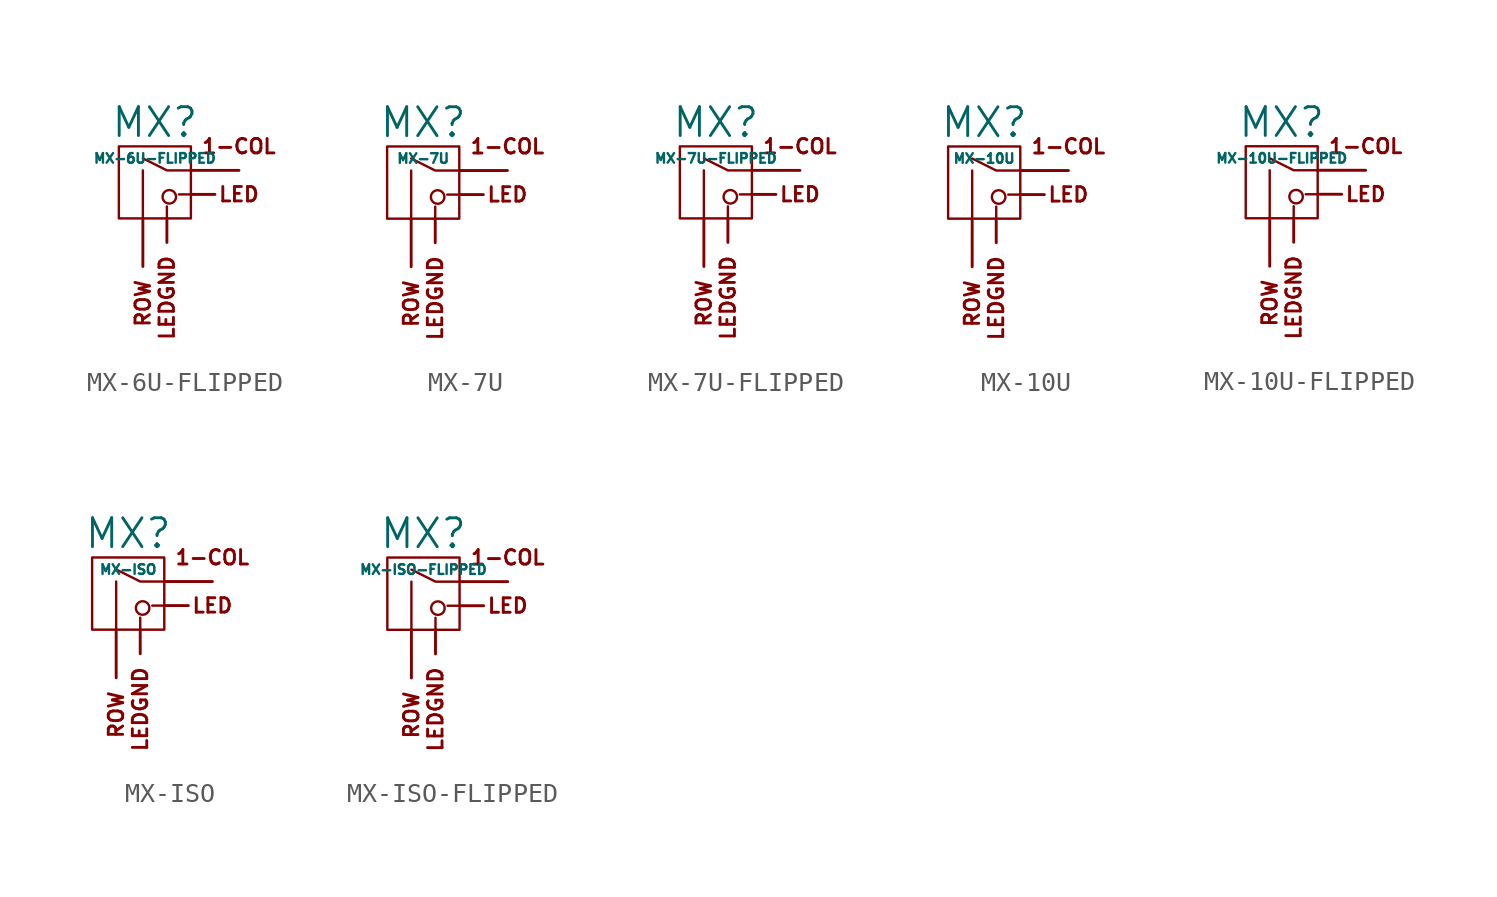
<source format=kicad_sym>
(kicad_symbol_lib
  (version 20211014)
  (generator kicad_symbol_editor)
  (symbol "MX-6U-FLIPPED"
    (pin_names
      (offset 1.016))
    (property "Reference" "MX"
      (at 0 3.175 0)
      (effects (font (size 1.524 1.524))))
    (property "Value" "MX-6U-FLIPPED"
      (at 0 1.27 0)
      (effects (font (size 0.508 0.508))))
    (symbol "MX-6U-FLIPPED_0_0"
      (polyline (pts (xy -0.635 -1.905) (xy -0.635 0.635)) (stroke (width 0.127) (type default) (color 0 0 0 0)) (fill (type none)))
      (polyline (pts (xy 0.635 -1.905) (xy 0.635 -1.27)) (stroke (width 0.127) (type default) (color 0 0 0 0)) (fill (type none)))
      (polyline (pts (xy 1.905 -0.635) (xy 1.27 -0.635)) (stroke (width 0.127) (type default) (color 0 0 0 0)) (fill (type none)))
      (polyline (pts (xy 1.905 0.635) (xy 0.635 0.635) (xy -0.635 1.27)) (stroke (width 0.127) (type default) (color 0 0 0 0)) (fill (type none)))
      (circle (center 0.762 -0.762) (radius 0.356) (stroke (width 0.127) (type default) (color 0 0 0 0)) (fill (type none)))
      (rectangle (start 1.905 -1.905) (end -1.905 1.905) (stroke (width 0.127) (type default) (color 0 0 0 0)) (fill (type none)))
      (text "1-COL" (at 4.445 1.905 0) (effects (font (size 0.762 0.762))))
      (text "LED" (at 4.445 -0.635 0) (effects (font (size 0.762 0.762))))
      (text "ROW" (at -0.635 -5.08 900) (effects (font (size 0.762 0.762)) (justify right))))
    (symbol "MX-6U-FLIPPED_1_0"
      (text "LEDGND" (at 0.635 -3.81 900) (effects (font (size 0.762 0.762)) (justify right))))
    (symbol "MX-6U-FLIPPED_1_1"
      (pin passive line (at -0.635 -4.445 90) (length 2.54) (name "ROW" (effects (font (size 0 0)))) (number "1" (effects (font (size 0 0)))))
      (pin passive line (at 4.445 0.635 180) (length 2.54) (name "COL" (effects (font (size 0 0)))) (number "2" (effects (font (size 0 0)))))
      (pin passive line (at 3.175 -0.635 180) (length 1.27) (name "LED" (effects (font (size 0 0)))) (number "3" (effects (font (size 0 0)))))
      (pin passive line (at 0.635 -3.175 90) (length 1.27) (name "LEDGND" (effects (font (size 0 0)))) (number "4" (effects (font (size 0 0)))))))
  (symbol "MX-7U"
    (pin_names
      (offset 1.016))
    (property "Reference" "MX"
      (at 0 3.175 0)
      (effects (font (size 1.524 1.524))))
    (property "Value" "MX-7U"
      (at 0 1.27 0)
      (effects (font (size 0.508 0.508))))
    (symbol "MX-7U_0_0"
      (polyline (pts (xy -0.635 -1.905) (xy -0.635 0.635)) (stroke (width 0.127) (type default) (color 0 0 0 0)) (fill (type none)))
      (polyline (pts (xy 0.635 -1.905) (xy 0.635 -1.27)) (stroke (width 0.127) (type default) (color 0 0 0 0)) (fill (type none)))
      (polyline (pts (xy 1.905 -0.635) (xy 1.27 -0.635)) (stroke (width 0.127) (type default) (color 0 0 0 0)) (fill (type none)))
      (polyline (pts (xy 1.905 0.635) (xy 0.635 0.635) (xy -0.635 1.27)) (stroke (width 0.127) (type default) (color 0 0 0 0)) (fill (type none)))
      (circle (center 0.762 -0.762) (radius 0.356) (stroke (width 0.127) (type default) (color 0 0 0 0)) (fill (type none)))
      (rectangle (start 1.905 -1.905) (end -1.905 1.905) (stroke (width 0.127) (type default) (color 0 0 0 0)) (fill (type none)))
      (text "1-COL" (at 4.445 1.905 0) (effects (font (size 0.762 0.762))))
      (text "LED" (at 4.445 -0.635 0) (effects (font (size 0.762 0.762))))
      (text "ROW" (at -0.635 -5.08 900) (effects (font (size 0.762 0.762)) (justify right))))
    (symbol "MX-7U_1_0"
      (text "LEDGND" (at 0.635 -3.81 900) (effects (font (size 0.762 0.762)) (justify right))))
    (symbol "MX-7U_1_1"
      (pin passive line (at 4.445 0.635 180) (length 2.54) (name "COL" (effects (font (size 0 0)))) (number "1" (effects (font (size 0 0)))))
      (pin passive line (at -0.635 -4.445 90) (length 2.54) (name "ROW" (effects (font (size 0 0)))) (number "2" (effects (font (size 0 0)))))
      (pin passive line (at 3.175 -0.635 180) (length 1.27) (name "LED" (effects (font (size 0 0)))) (number "3" (effects (font (size 0 0)))))
      (pin passive line (at 0.635 -3.175 90) (length 1.27) (name "LEDGND" (effects (font (size 0 0)))) (number "4" (effects (font (size 0 0)))))))
  (symbol "MX-7U-FLIPPED"
    (pin_names
      (offset 1.016))
    (property "Reference" "MX"
      (at 0 3.175 0)
      (effects (font (size 1.524 1.524))))
    (property "Value" "MX-7U-FLIPPED"
      (at 0 1.27 0)
      (effects (font (size 0.508 0.508))))
    (symbol "MX-7U-FLIPPED_0_0"
      (polyline (pts (xy -0.635 -1.905) (xy -0.635 0.635)) (stroke (width 0.127) (type default) (color 0 0 0 0)) (fill (type none)))
      (polyline (pts (xy 0.635 -1.905) (xy 0.635 -1.27)) (stroke (width 0.127) (type default) (color 0 0 0 0)) (fill (type none)))
      (polyline (pts (xy 1.905 -0.635) (xy 1.27 -0.635)) (stroke (width 0.127) (type default) (color 0 0 0 0)) (fill (type none)))
      (polyline (pts (xy 1.905 0.635) (xy 0.635 0.635) (xy -0.635 1.27)) (stroke (width 0.127) (type default) (color 0 0 0 0)) (fill (type none)))
      (circle (center 0.762 -0.762) (radius 0.356) (stroke (width 0.127) (type default) (color 0 0 0 0)) (fill (type none)))
      (rectangle (start 1.905 -1.905) (end -1.905 1.905) (stroke (width 0.127) (type default) (color 0 0 0 0)) (fill (type none)))
      (text "1-COL" (at 4.445 1.905 0) (effects (font (size 0.762 0.762))))
      (text "LED" (at 4.445 -0.635 0) (effects (font (size 0.762 0.762))))
      (text "ROW" (at -0.635 -5.08 900) (effects (font (size 0.762 0.762)) (justify right))))
    (symbol "MX-7U-FLIPPED_1_0"
      (text "LEDGND" (at 0.635 -3.81 900) (effects (font (size 0.762 0.762)) (justify right))))
    (symbol "MX-7U-FLIPPED_1_1"
      (pin passive line (at -0.635 -4.445 90) (length 2.54) (name "ROW" (effects (font (size 0 0)))) (number "1" (effects (font (size 0 0)))))
      (pin passive line (at 4.445 0.635 180) (length 2.54) (name "COL" (effects (font (size 0 0)))) (number "2" (effects (font (size 0 0)))))
      (pin passive line (at 3.175 -0.635 180) (length 1.27) (name "LED" (effects (font (size 0 0)))) (number "3" (effects (font (size 0 0)))))
      (pin passive line (at 0.635 -3.175 90) (length 1.27) (name "LEDGND" (effects (font (size 0 0)))) (number "4" (effects (font (size 0 0)))))))
  (symbol "MX-10U"
    (pin_names
      (offset 1.016))
    (property "Reference" "MX"
      (at 0 3.175 0)
      (effects (font (size 1.524 1.524))))
    (property "Value" "MX-10U"
      (at 0 1.27 0)
      (effects (font (size 0.508 0.508))))
    (symbol "MX-10U_0_0"
      (polyline (pts (xy -0.635 -1.905) (xy -0.635 0.635)) (stroke (width 0.127) (type default) (color 0 0 0 0)) (fill (type none)))
      (polyline (pts (xy 0.635 -1.905) (xy 0.635 -1.27)) (stroke (width 0.127) (type default) (color 0 0 0 0)) (fill (type none)))
      (polyline (pts (xy 1.905 -0.635) (xy 1.27 -0.635)) (stroke (width 0.127) (type default) (color 0 0 0 0)) (fill (type none)))
      (polyline (pts (xy 1.905 0.635) (xy 0.635 0.635) (xy -0.635 1.27)) (stroke (width 0.127) (type default) (color 0 0 0 0)) (fill (type none)))
      (circle (center 0.762 -0.762) (radius 0.356) (stroke (width 0.127) (type default) (color 0 0 0 0)) (fill (type none)))
      (rectangle (start 1.905 -1.905) (end -1.905 1.905) (stroke (width 0.127) (type default) (color 0 0 0 0)) (fill (type none)))
      (text "1-COL" (at 4.445 1.905 0) (effects (font (size 0.762 0.762))))
      (text "LED" (at 4.445 -0.635 0) (effects (font (size 0.762 0.762))))
      (text "ROW" (at -0.635 -5.08 900) (effects (font (size 0.762 0.762)) (justify right))))
    (symbol "MX-10U_1_0"
      (text "LEDGND" (at 0.635 -3.81 900) (effects (font (size 0.762 0.762)) (justify right))))
    (symbol "MX-10U_1_1"
      (pin passive line (at 4.445 0.635 180) (length 2.54) (name "COL" (effects (font (size 0 0)))) (number "1" (effects (font (size 0 0)))))
      (pin passive line (at -0.635 -4.445 90) (length 2.54) (name "ROW" (effects (font (size 0 0)))) (number "2" (effects (font (size 0 0)))))
      (pin passive line (at 3.175 -0.635 180) (length 1.27) (name "LED" (effects (font (size 0 0)))) (number "3" (effects (font (size 0 0)))))
      (pin passive line (at 0.635 -3.175 90) (length 1.27) (name "LEDGND" (effects (font (size 0 0)))) (number "4" (effects (font (size 0 0)))))))
  (symbol "MX-10U-FLIPPED"
    (pin_names
      (offset 1.016))
    (property "Reference" "MX"
      (at 0 3.175 0)
      (effects (font (size 1.524 1.524))))
    (property "Value" "MX-10U-FLIPPED"
      (at 0 1.27 0)
      (effects (font (size 0.508 0.508))))
    (symbol "MX-10U-FLIPPED_0_0"
      (polyline (pts (xy -0.635 -1.905) (xy -0.635 0.635)) (stroke (width 0.127) (type default) (color 0 0 0 0)) (fill (type none)))
      (polyline (pts (xy 0.635 -1.905) (xy 0.635 -1.27)) (stroke (width 0.127) (type default) (color 0 0 0 0)) (fill (type none)))
      (polyline (pts (xy 1.905 -0.635) (xy 1.27 -0.635)) (stroke (width 0.127) (type default) (color 0 0 0 0)) (fill (type none)))
      (polyline (pts (xy 1.905 0.635) (xy 0.635 0.635) (xy -0.635 1.27)) (stroke (width 0.127) (type default) (color 0 0 0 0)) (fill (type none)))
      (circle (center 0.762 -0.762) (radius 0.356) (stroke (width 0.127) (type default) (color 0 0 0 0)) (fill (type none)))
      (rectangle (start 1.905 -1.905) (end -1.905 1.905) (stroke (width 0.127) (type default) (color 0 0 0 0)) (fill (type none)))
      (text "1-COL" (at 4.445 1.905 0) (effects (font (size 0.762 0.762))))
      (text "LED" (at 4.445 -0.635 0) (effects (font (size 0.762 0.762))))
      (text "ROW" (at -0.635 -5.08 900) (effects (font (size 0.762 0.762)) (justify right))))
    (symbol "MX-10U-FLIPPED_1_0"
      (text "LEDGND" (at 0.635 -3.81 900) (effects (font (size 0.762 0.762)) (justify right))))
    (symbol "MX-10U-FLIPPED_1_1"
      (pin passive line (at -0.635 -4.445 90) (length 2.54) (name "ROW" (effects (font (size 0 0)))) (number "1" (effects (font (size 0 0)))))
      (pin passive line (at 4.445 0.635 180) (length 2.54) (name "COL" (effects (font (size 0 0)))) (number "2" (effects (font (size 0 0)))))
      (pin passive line (at 3.175 -0.635 180) (length 1.27) (name "LED" (effects (font (size 0 0)))) (number "3" (effects (font (size 0 0)))))
      (pin passive line (at 0.635 -3.175 90) (length 1.27) (name "LEDGND" (effects (font (size 0 0)))) (number "4" (effects (font (size 0 0)))))))
  (symbol "MX-ISO"
    (pin_names
      (offset 1.016))
    (property "Reference" "MX"
      (at 0 3.175 0)
      (effects (font (size 1.524 1.524))))
    (property "Value" "MX-ISO"
      (at 0 1.27 0)
      (effects (font (size 0.508 0.508))))
    (symbol "MX-ISO_0_0"
      (polyline (pts (xy -0.635 -1.905) (xy -0.635 0.635)) (stroke (width 0.127) (type default) (color 0 0 0 0)) (fill (type none)))
      (polyline (pts (xy 0.635 -1.905) (xy 0.635 -1.27)) (stroke (width 0.127) (type default) (color 0 0 0 0)) (fill (type none)))
      (polyline (pts (xy 1.905 -0.635) (xy 1.27 -0.635)) (stroke (width 0.127) (type default) (color 0 0 0 0)) (fill (type none)))
      (polyline (pts (xy 1.905 0.635) (xy 0.635 0.635) (xy -0.635 1.27)) (stroke (width 0.127) (type default) (color 0 0 0 0)) (fill (type none)))
      (circle (center 0.762 -0.762) (radius 0.356) (stroke (width 0.127) (type default) (color 0 0 0 0)) (fill (type none)))
      (rectangle (start 1.905 -1.905) (end -1.905 1.905) (stroke (width 0.127) (type default) (color 0 0 0 0)) (fill (type none)))
      (text "1-COL" (at 4.445 1.905 0) (effects (font (size 0.762 0.762))))
      (text "LED" (at 4.445 -0.635 0) (effects (font (size 0.762 0.762))))
      (text "ROW" (at -0.635 -5.08 900) (effects (font (size 0.762 0.762)) (justify right))))
    (symbol "MX-ISO_1_0"
      (text "LEDGND" (at 0.635 -3.81 900) (effects (font (size 0.762 0.762)) (justify right))))
    (symbol "MX-ISO_1_1"
      (pin passive line (at 4.445 0.635 180) (length 2.54) (name "COL" (effects (font (size 0 0)))) (number "1" (effects (font (size 0 0)))))
      (pin passive line (at -0.635 -4.445 90) (length 2.54) (name "ROW" (effects (font (size 0 0)))) (number "2" (effects (font (size 0 0)))))
      (pin passive line (at 3.175 -0.635 180) (length 1.27) (name "LED" (effects (font (size 0 0)))) (number "3" (effects (font (size 0 0)))))
      (pin passive line (at 0.635 -3.175 90) (length 1.27) (name "LEDGND" (effects (font (size 0 0)))) (number "4" (effects (font (size 0 0)))))))
  (symbol "MX-ISO-FLIPPED"
    (pin_names
      (offset 1.016))
    (property "Reference" "MX"
      (at 0 3.175 0)
      (effects (font (size 1.524 1.524))))
    (property "Value" "MX-ISO-FLIPPED"
      (at 0 1.27 0)
      (effects (font (size 0.508 0.508))))
    (symbol "MX-ISO-FLIPPED_0_0"
      (polyline (pts (xy -0.635 -1.905) (xy -0.635 0.635)) (stroke (width 0.127) (type default) (color 0 0 0 0)) (fill (type none)))
      (polyline (pts (xy 0.635 -1.905) (xy 0.635 -1.27)) (stroke (width 0.127) (type default) (color 0 0 0 0)) (fill (type none)))
      (polyline (pts (xy 1.905 -0.635) (xy 1.27 -0.635)) (stroke (width 0.127) (type default) (color 0 0 0 0)) (fill (type none)))
      (polyline (pts (xy 1.905 0.635) (xy 0.635 0.635) (xy -0.635 1.27)) (stroke (width 0.127) (type default) (color 0 0 0 0)) (fill (type none)))
      (circle (center 0.762 -0.762) (radius 0.356) (stroke (width 0.127) (type default) (color 0 0 0 0)) (fill (type none)))
      (rectangle (start 1.905 -1.905) (end -1.905 1.905) (stroke (width 0.127) (type default) (color 0 0 0 0)) (fill (type none)))
      (text "1-COL" (at 4.445 1.905 0) (effects (font (size 0.762 0.762))))
      (text "LED" (at 4.445 -0.635 0) (effects (font (size 0.762 0.762))))
      (text "ROW" (at -0.635 -5.08 900) (effects (font (size 0.762 0.762)) (justify right))))
    (symbol "MX-ISO-FLIPPED_1_0"
      (text "LEDGND" (at 0.635 -3.81 900) (effects (font (size 0.762 0.762)) (justify right))))
    (symbol "MX-ISO-FLIPPED_1_1"
      (pin passive line (at -0.635 -4.445 90) (length 2.54) (name "ROW" (effects (font (size 0 0)))) (number "1" (effects (font (size 0 0)))))
      (pin passive line (at 4.445 0.635 180) (length 2.54) (name "COL" (effects (font (size 0 0)))) (number "2" (effects (font (size 0 0)))))
      (pin passive line (at 3.175 -0.635 180) (length 1.27) (name "LED" (effects (font (size 0 0)))) (number "3" (effects (font (size 0 0)))))
      (pin passive line (at 0.635 -3.175 90) (length 1.27) (name "LEDGND" (effects (font (size 0 0)))) (number "4" (effects (font (size 0 0))))))))
</source>
